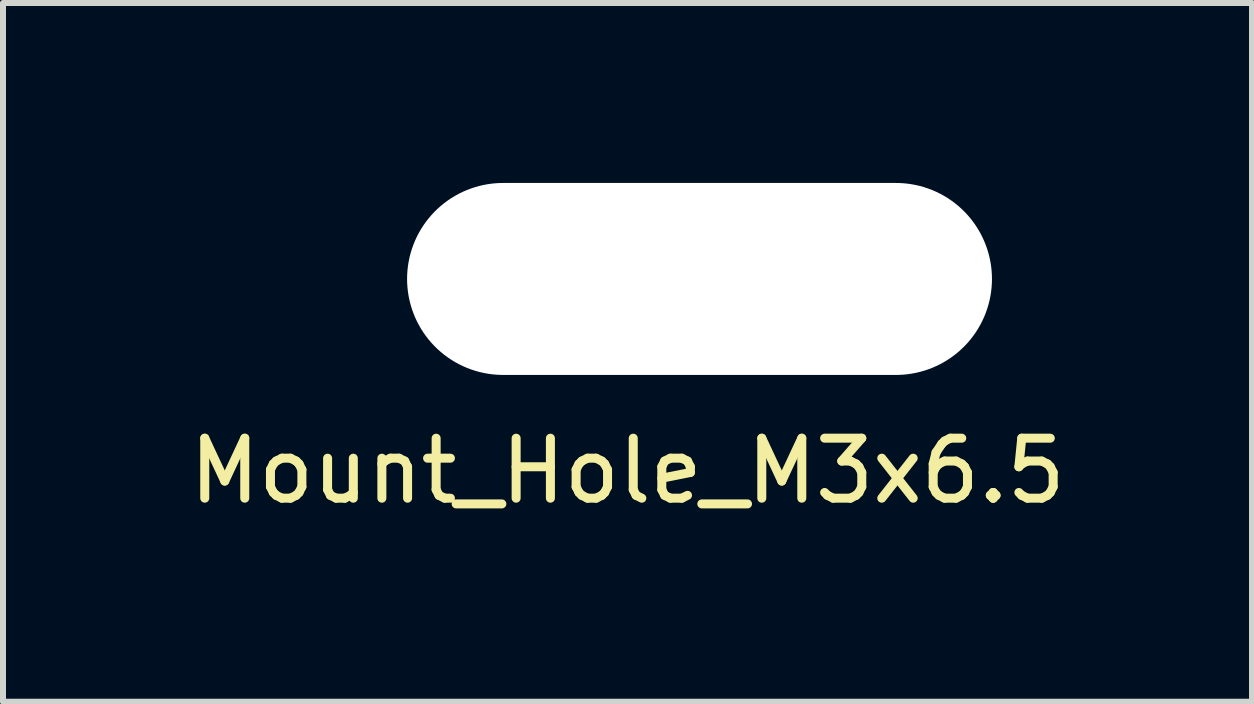
<source format=kicad_pcb>
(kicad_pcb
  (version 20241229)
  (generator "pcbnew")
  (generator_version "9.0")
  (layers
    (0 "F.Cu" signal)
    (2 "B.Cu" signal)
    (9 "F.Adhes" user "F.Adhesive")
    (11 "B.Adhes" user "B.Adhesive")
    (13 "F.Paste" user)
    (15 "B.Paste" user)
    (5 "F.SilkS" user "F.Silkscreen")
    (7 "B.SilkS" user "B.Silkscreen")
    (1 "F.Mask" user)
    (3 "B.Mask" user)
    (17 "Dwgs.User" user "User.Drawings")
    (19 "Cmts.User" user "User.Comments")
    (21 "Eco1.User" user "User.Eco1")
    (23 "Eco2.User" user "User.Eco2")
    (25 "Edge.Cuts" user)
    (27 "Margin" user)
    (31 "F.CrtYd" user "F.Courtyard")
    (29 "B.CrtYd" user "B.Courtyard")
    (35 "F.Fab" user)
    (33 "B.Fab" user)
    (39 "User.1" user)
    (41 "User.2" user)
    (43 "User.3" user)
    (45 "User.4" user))
  (footprint "Mount_Hole_M3x6.5"
    (layer "F.Cu")
    (at 8.611 1.6)
    (property "Reference" "Mount_Hole_M3x6.5" (at -1.2 3.2 0) (layer "F.SilkS") (effects (font (size 1 1) (thickness 0.15))))
    (attr through_hole)
    (pad "" np_thru_hole oval (at 0 0) (size 9.75 3.2) (drill oval 9.75 3.2) (layers "*.Cu" "*.Mask")))
  (gr_rect
    (start -3 -3)
    (end 17.821 8.648)
    (stroke (width 0.1) (type default))
    (fill no)
    (layer "Edge.Cuts")))
</source>
